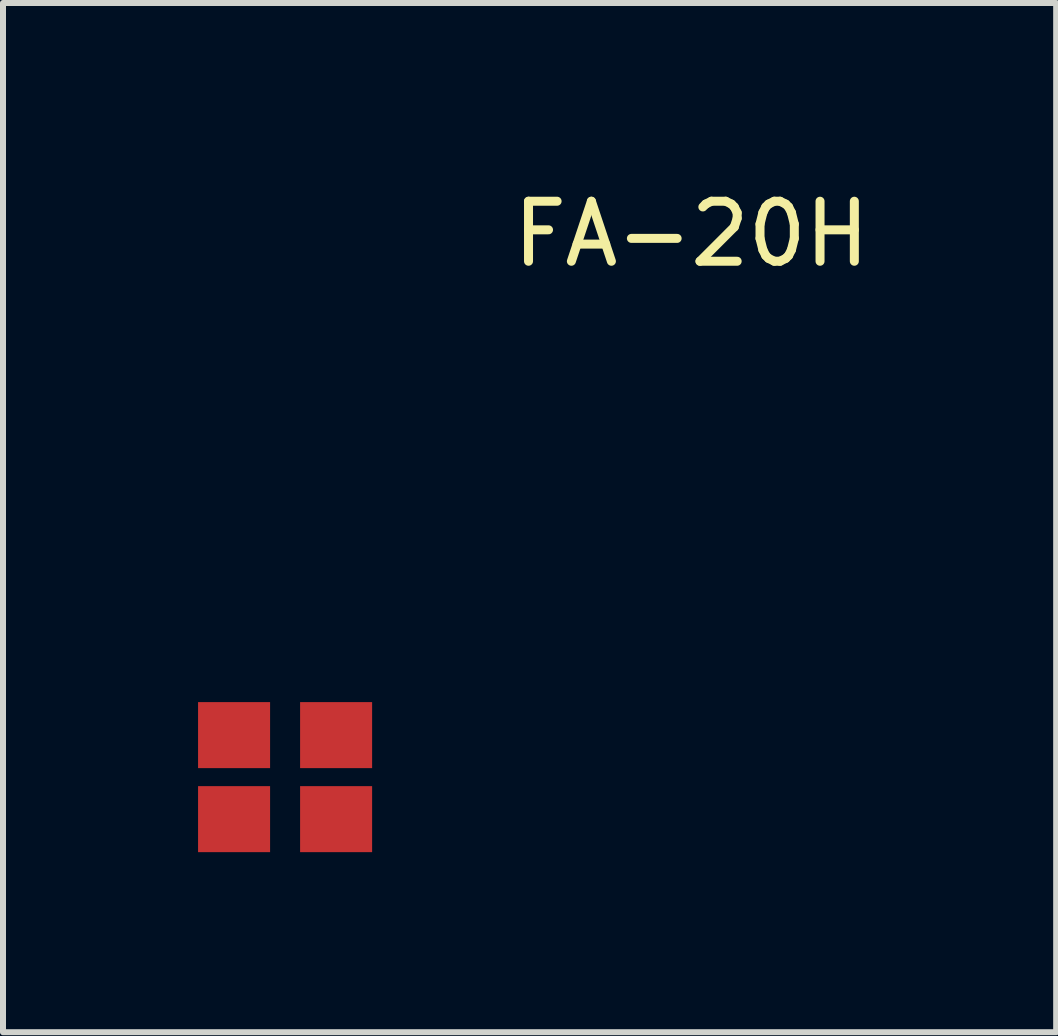
<source format=kicad_pcb>
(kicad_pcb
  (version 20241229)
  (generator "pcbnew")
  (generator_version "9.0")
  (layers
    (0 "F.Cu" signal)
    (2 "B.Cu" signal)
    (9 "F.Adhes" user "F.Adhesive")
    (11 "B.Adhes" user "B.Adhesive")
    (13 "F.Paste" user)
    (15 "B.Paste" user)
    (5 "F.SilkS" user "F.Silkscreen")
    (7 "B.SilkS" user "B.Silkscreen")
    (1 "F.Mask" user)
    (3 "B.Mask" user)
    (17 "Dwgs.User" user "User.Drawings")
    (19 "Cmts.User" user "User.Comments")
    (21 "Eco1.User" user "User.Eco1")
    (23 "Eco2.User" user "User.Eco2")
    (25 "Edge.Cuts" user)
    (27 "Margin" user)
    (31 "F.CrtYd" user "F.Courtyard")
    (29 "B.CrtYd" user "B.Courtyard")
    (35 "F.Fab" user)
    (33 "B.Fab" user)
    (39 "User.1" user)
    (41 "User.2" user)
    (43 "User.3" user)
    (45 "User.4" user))
  (footprint "FA-20H"
    (layer "F.Cu")
    (at 0.25 8.648)
    (property "Reference" "FA-20H" (at 8.22 -7.8 0) (layer "F.SilkS") (effects (font (size 1 1) (thickness 0.15))))
    (attr through_hole)
    (pad "1" smd rect (at 0.6 0.55) (size 1.2 1.1) (layers "F.Cu" "F.Mask" "F.Paste"))
    (pad "1" smd rect (at 0.6 1.95) (size 1.2 1.1) (layers "F.Cu" "F.Mask" "F.Paste"))
    (pad "1" smd rect (at 2.3 0.55) (size 1.2 1.1) (layers "F.Cu" "F.Mask" "F.Paste"))
    (pad "1" smd rect (at 2.3 1.95) (size 1.2 1.1) (layers "*.Mask" "F.Cu" "F.Paste")))
  (gr_rect
    (start -3 -3)
    (end 14.547 14.148)
    (stroke (width 0.1) (type default))
    (fill no)
    (layer "Edge.Cuts")))
</source>
